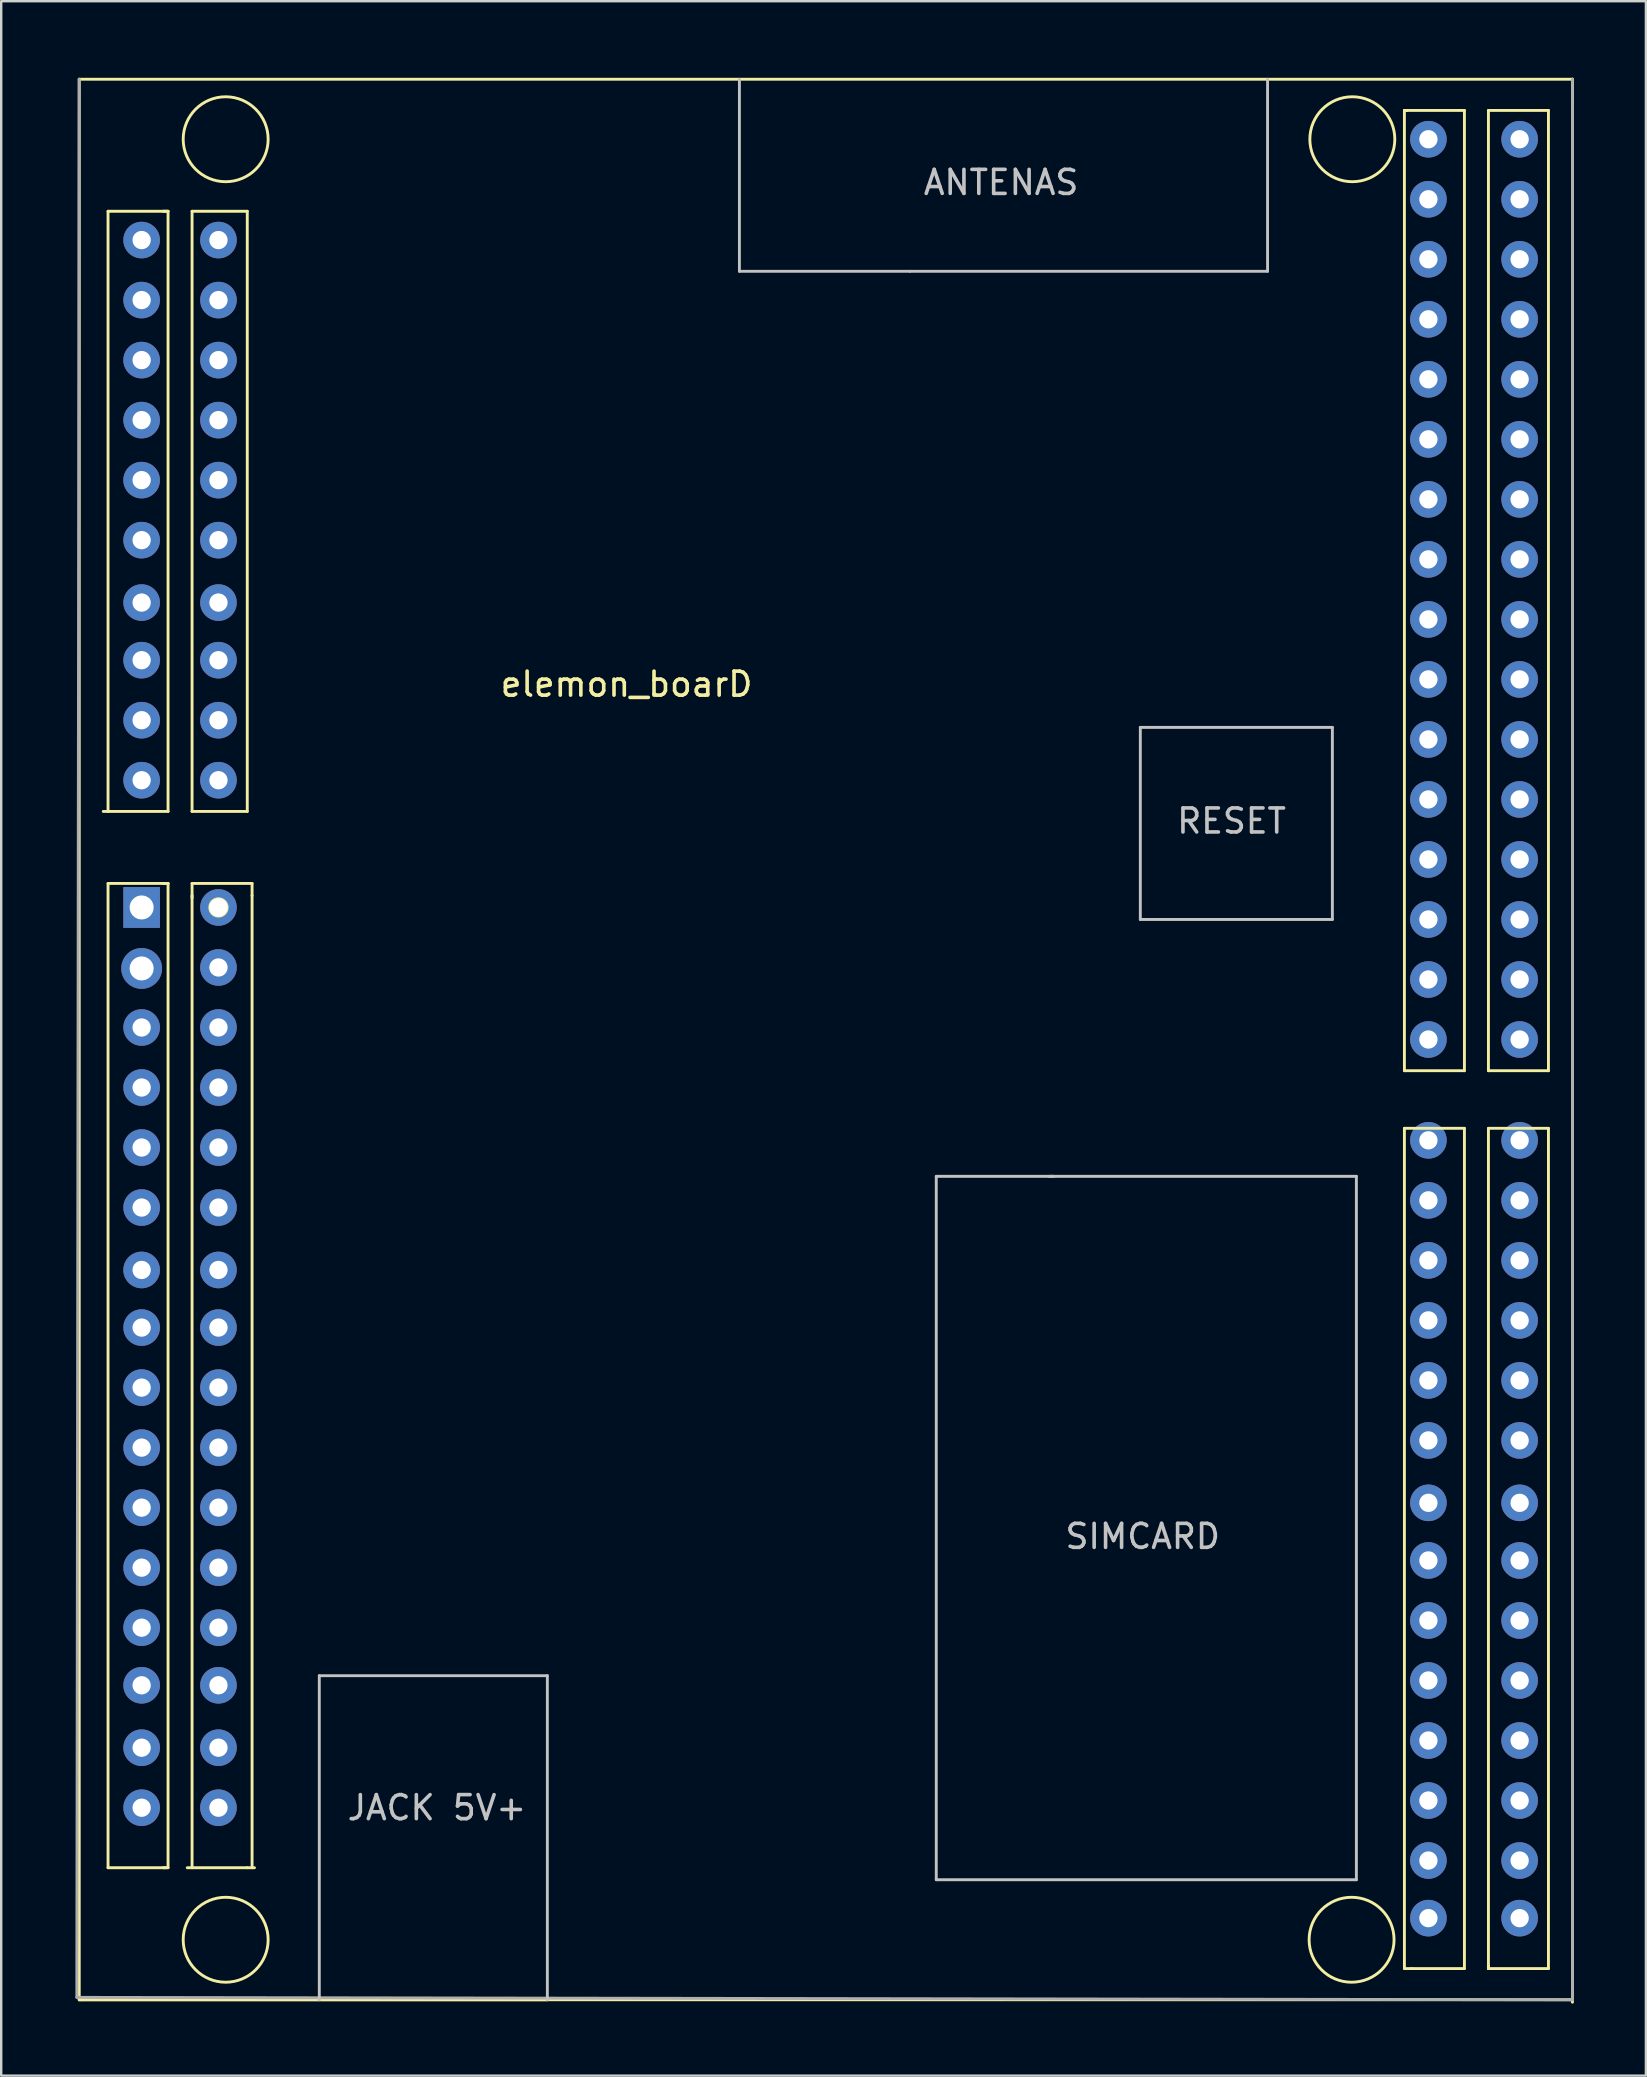
<source format=kicad_pcb>
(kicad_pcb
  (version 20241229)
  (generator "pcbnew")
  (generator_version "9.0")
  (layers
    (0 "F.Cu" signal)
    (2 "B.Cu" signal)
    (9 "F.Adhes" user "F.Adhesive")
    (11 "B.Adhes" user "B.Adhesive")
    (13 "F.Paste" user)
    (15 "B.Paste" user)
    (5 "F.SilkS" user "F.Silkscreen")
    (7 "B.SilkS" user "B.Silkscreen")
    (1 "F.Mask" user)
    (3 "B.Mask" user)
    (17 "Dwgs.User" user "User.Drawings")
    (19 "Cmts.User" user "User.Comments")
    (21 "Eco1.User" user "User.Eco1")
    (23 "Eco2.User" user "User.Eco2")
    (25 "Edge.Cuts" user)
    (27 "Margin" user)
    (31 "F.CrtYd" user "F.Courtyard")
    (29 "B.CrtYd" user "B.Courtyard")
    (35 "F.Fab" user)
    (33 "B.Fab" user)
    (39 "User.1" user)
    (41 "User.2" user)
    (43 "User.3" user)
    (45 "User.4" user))
  (footprint "elemon_boarD"
    (layer "F.Cu")
    (at 0.25 0.25)
    (property "Reference" "elemon_boarD" (at 22.8 25.2 0) (layer "F.SilkS") (effects (font (size 1 1) (thickness 0.15))))
    (attr through_hole)
    (fp_line (start 0 0) (end 62.2 0) (stroke (width 0.12) (type solid)) (layer "F.SilkS"))
    (fp_line (start 0 80) (end 0 0) (stroke (width 0.12) (type solid)) (layer "F.SilkS"))
    (fp_line (start 0 80) (end 19.5 80) (stroke (width 0.12) (type solid)) (layer "F.SilkS"))
    (fp_line (start 0.1 80) (end 0 80) (stroke (width 0.12) (type solid)) (layer "F.SilkS"))
    (fp_line (start 0.1 80) (end 62.1 80) (stroke (width 0.12) (type solid)) (layer "F.SilkS"))
    (fp_line (start 1.2 5.5) (end 3.7 5.5) (stroke (width 0.12) (type solid)) (layer "F.SilkS"))
    (fp_line (start 1.2 30.5) (end 1.2 5.5) (stroke (width 0.12) (type solid)) (layer "F.SilkS"))
    (fp_line (start 1.2 33.5) (end 1.2 74.5) (stroke (width 0.12) (type solid)) (layer "F.SilkS"))
    (fp_line (start 1.2 33.5) (end 3.7 33.5) (stroke (width 0.12) (type solid)) (layer "F.SilkS"))
    (fp_line (start 1.2 74.5) (end 3.6 74.5) (stroke (width 0.12) (type solid)) (layer "F.SilkS"))
    (fp_line (start 3.5 5.5) (end 3.7 5.5) (stroke (width 0.12) (type solid)) (layer "F.SilkS"))
    (fp_line (start 3.5 33.5) (end 3.7 33.5) (stroke (width 0.12) (type solid)) (layer "F.SilkS"))
    (fp_line (start 3.7 5.5) (end 3.7 30.5) (stroke (width 0.12) (type solid)) (layer "F.SilkS"))
    (fp_line (start 3.7 30.5) (end 1 30.5) (stroke (width 0.12) (type solid)) (layer "F.SilkS"))
    (fp_line (start 3.7 33.5) (end 3.7 74.5) (stroke (width 0.12) (type solid)) (layer "F.SilkS"))
    (fp_line (start 3.7 74.5) (end 3.5 74.5) (stroke (width 0.12) (type solid)) (layer "F.SilkS"))
    (fp_line (start 4.7 5.5) (end 7 5.5) (stroke (width 0.12) (type solid)) (layer "F.SilkS"))
    (fp_line (start 4.7 30.5) (end 4.7 5.5) (stroke (width 0.12) (type solid)) (layer "F.SilkS"))
    (fp_line (start 4.7 30.5) (end 7 30.5) (stroke (width 0.12) (type solid)) (layer "F.SilkS"))
    (fp_line (start 4.7 33.5) (end 4.7 34.1) (stroke (width 0.12) (type solid)) (layer "F.SilkS"))
    (fp_line (start 4.7 34) (end 4.7 74.5) (stroke (width 0.12) (type solid)) (layer "F.SilkS"))
    (fp_line (start 7 30.5) (end 7 5.5) (stroke (width 0.12) (type solid)) (layer "F.SilkS"))
    (fp_line (start 7 74.5) (end 4.5 74.5) (stroke (width 0.12) (type solid)) (layer "F.SilkS"))
    (fp_line (start 7.2 33.5) (end 4.7 33.5) (stroke (width 0.12) (type solid)) (layer "F.SilkS"))
    (fp_line (start 7.2 34) (end 7.2 33.5) (stroke (width 0.12) (type solid)) (layer "F.SilkS"))
    (fp_line (start 7.2 34) (end 7.2 74.5) (stroke (width 0.12) (type solid)) (layer "F.SilkS"))
    (fp_line (start 7.3 74.5) (end 7 74.5) (stroke (width 0.12) (type solid)) (layer "F.SilkS"))
    (fp_line (start 55.2 1.3) (end 55.3 1.3) (stroke (width 0.12) (type solid)) (layer "F.SilkS"))
    (fp_line (start 55.2 41.3) (end 55.2 1.3) (stroke (width 0.12) (type solid)) (layer "F.SilkS"))
    (fp_line (start 55.2 41.3) (end 57.7 41.3) (stroke (width 0.12) (type solid)) (layer "F.SilkS"))
    (fp_line (start 55.2 43.7) (end 55.2 78.7) (stroke (width 0.12) (type solid)) (layer "F.SilkS"))
    (fp_line (start 55.2 78.7) (end 55.5 78.7) (stroke (width 0.12) (type solid)) (layer "F.SilkS"))
    (fp_line (start 55.3 1.3) (end 55.2 1.3) (stroke (width 0.12) (type solid)) (layer "F.SilkS"))
    (fp_line (start 55.3 1.3) (end 57.7 1.3) (stroke (width 0.12) (type solid)) (layer "F.SilkS"))
    (fp_line (start 57.7 41.3) (end 57.7 1.3) (stroke (width 0.12) (type solid)) (layer "F.SilkS"))
    (fp_line (start 57.7 43.7) (end 55.2 43.7) (stroke (width 0.12) (type solid)) (layer "F.SilkS"))
    (fp_line (start 57.7 43.7) (end 57.7 78.7) (stroke (width 0.12) (type solid)) (layer "F.SilkS"))
    (fp_line (start 57.7 78.7) (end 55.5 78.7) (stroke (width 0.12) (type solid)) (layer "F.SilkS"))
    (fp_line (start 58.7 1.3) (end 61.2 1.3) (stroke (width 0.12) (type solid)) (layer "F.SilkS"))
    (fp_line (start 58.7 41.3) (end 58.7 1.3) (stroke (width 0.12) (type solid)) (layer "F.SilkS"))
    (fp_line (start 58.7 41.3) (end 61.2 41.3) (stroke (width 0.12) (type solid)) (layer "F.SilkS"))
    (fp_line (start 58.7 43.7) (end 61.2 43.7) (stroke (width 0.12) (type solid)) (layer "F.SilkS"))
    (fp_line (start 58.7 78.6) (end 58.7 78.7) (stroke (width 0.12) (type solid)) (layer "F.SilkS"))
    (fp_line (start 58.7 78.7) (end 58.7 43.7) (stroke (width 0.12) (type solid)) (layer "F.SilkS"))
    (fp_line (start 58.7 78.7) (end 58.7 78.6) (stroke (width 0.12) (type solid)) (layer "F.SilkS"))
    (fp_line (start 58.7 78.7) (end 61.2 78.7) (stroke (width 0.12) (type solid)) (layer "F.SilkS"))
    (fp_line (start 61.2 1.3) (end 61.2 41.3) (stroke (width 0.12) (type solid)) (layer "F.SilkS"))
    (fp_line (start 61.2 43.7) (end 61.2 78.7) (stroke (width 0.12) (type solid)) (layer "F.SilkS"))
    (fp_line (start 62.1 80) (end 62.2 80) (stroke (width 0.12) (type solid)) (layer "F.SilkS"))
    (fp_line (start 62.2 0) (end 62.2 1) (stroke (width 0.12) (type solid)) (layer "F.SilkS"))
    (fp_line (start 62.2 0) (end 62.2 80.1) (stroke (width 0.12) (type solid)) (layer "F.SilkS"))
    (fp_circle (center 2.6 6.7) (end 2.8 6.5) (stroke (width 0.12) (type solid)) (fill no) (layer "F.SilkS"))
    (fp_circle (center 2.6 34.5) (end 2.9 34.4) (stroke (width 0.12) (type solid)) (fill no) (layer "F.SilkS"))
    (fp_circle (center 5.8 6.7) (end 6 6.5) (stroke (width 0.12) (type solid)) (fill no) (layer "F.SilkS"))
    (fp_circle (center 5.8 34.5) (end 6 34.2) (stroke (width 0.12) (type solid)) (fill no) (layer "F.SilkS"))
    (fp_circle (center 6.1 2.5) (end 7.4 3.7) (stroke (width 0.12) (type solid)) (fill no) (layer "F.SilkS"))
    (fp_circle (center 6.1 77.5) (end 7.4 78.7) (stroke (width 0.12) (type solid)) (fill no) (layer "F.SilkS"))
    (fp_circle (center 53 77.5) (end 54.3 78.7) (stroke (width 0.12) (type solid)) (fill no) (layer "F.SilkS"))
    (fp_circle (center 53.031 2.5) (end 54.331 3.7) (stroke (width 0.12) (type solid)) (fill no) (layer "F.SilkS"))
    (fp_circle (center 56.2 2.5) (end 56.4 2.3) (stroke (width 0.12) (type solid)) (fill no) (layer "F.SilkS"))
    (fp_circle (center 56.2 44.2) (end 56.483 44.2) (stroke (width 0.12) (type solid)) (fill no) (layer "F.SilkS"))
    (fp_circle (center 60 2.5) (end 60.2 2.3) (stroke (width 0.12) (type solid)) (fill no) (layer "F.SilkS"))
    (fp_circle (center 60 44.2) (end 60.283 44.2) (stroke (width 0.12) (type solid)) (fill no) (layer "F.SilkS"))
    (fp_line (start 10 66.5) (end 10 80) (stroke (width 0.12) (type solid)) (layer "Dwgs.User"))
    (fp_line (start 19.5 66.5) (end 10 66.5) (stroke (width 0.12) (type solid)) (layer "Dwgs.User"))
    (fp_line (start 19.5 80) (end 19.5 66.5) (stroke (width 0.12) (type solid)) (layer "Dwgs.User"))
    (fp_line (start 27.5 0) (end 27.5 8) (stroke (width 0.12) (type solid)) (layer "Dwgs.User"))
    (fp_line (start 27.5 8) (end 34.6 8) (stroke (width 0.12) (type solid)) (layer "Dwgs.User"))
    (fp_line (start 35.7 45.7) (end 40.6 45.7) (stroke (width 0.12) (type solid)) (layer "Dwgs.User"))
    (fp_line (start 35.7 75) (end 35.7 45.7) (stroke (width 0.12) (type solid)) (layer "Dwgs.User"))
    (fp_line (start 35.7 75) (end 53.2 75) (stroke (width 0.12) (type solid)) (layer "Dwgs.User"))
    (fp_line (start 44.2 27) (end 44.2 35) (stroke (width 0.12) (type solid)) (layer "Dwgs.User"))
    (fp_line (start 44.2 35) (end 52.2 35) (stroke (width 0.12) (type solid)) (layer "Dwgs.User"))
    (fp_line (start 49.5 0) (end 49.5 8) (stroke (width 0.12) (type solid)) (layer "Dwgs.User"))
    (fp_line (start 49.5 8) (end 34.6 8) (stroke (width 0.12) (type solid)) (layer "Dwgs.User"))
    (fp_line (start 52.2 27) (end 44.2 27) (stroke (width 0.12) (type solid)) (layer "Dwgs.User"))
    (fp_line (start 52.2 27) (end 52.2 35) (stroke (width 0.12) (type solid)) (layer "Dwgs.User"))
    (fp_line (start 53.2 45.7) (end 40.4 45.7) (stroke (width 0.12) (type solid)) (layer "Dwgs.User"))
    (fp_line (start 53.2 75) (end 53.2 45.7) (stroke (width 0.12) (type solid)) (layer "Dwgs.User"))
    (fp_line (start -0.1 79.9) (end 0 0) (stroke (width 0.12) (type solid)) (layer "F.Fab"))
    (fp_line (start 62.2 0) (end 62.2 80) (stroke (width 0.12) (type solid)) (layer "F.Fab"))
    (fp_line (start 62.2 80) (end -0.1 79.9) (stroke (width 0.12) (type solid)) (layer "F.Fab"))
    (fp_text user "JACK 5V+" (at 14.9 72 0) (layer "Dwgs.User") (effects (font (size 1 1) (thickness 0.15))))
    (fp_text user "RESET" (at 48 30.9 0) (layer "Dwgs.User") (effects (font (size 1 1) (thickness 0.15))))
    (fp_text user "SIMCARD" (at 44.3 60.7 0) (layer "Dwgs.User") (effects (font (size 1 1) (thickness 0.15))))
    (fp_text user "ANTENAS" (at 38.4 4.3 0) (layer "Dwgs.User") (effects (font (size 1 1) (thickness 0.15))))
    (pad "1" thru_hole circle (at 2.6 6.7) (size 1.524 1.524) (drill 0.762) (layers "*.Cu" "*.Mask"))
    (pad "1" thru_hole circle (at 2.6 9.2) (size 1.524 1.524) (drill 0.762) (layers "*.Cu" "*.Mask"))
    (pad "1" thru_hole circle (at 2.6 11.7) (size 1.524 1.524) (drill 0.762) (layers "*.Cu" "*.Mask"))
    (pad "1" thru_hole circle (at 2.6 14.2) (size 1.524 1.524) (drill 0.762) (layers "*.Cu" "*.Mask"))
    (pad "1" thru_hole circle (at 2.6 16.7) (size 1.524 1.524) (drill 0.762) (layers "*.Cu" "*.Mask"))
    (pad "1" thru_hole circle (at 2.6 19.2) (size 1.524 1.524) (drill 0.762) (layers "*.Cu" "*.Mask"))
    (pad "1" thru_hole circle (at 2.6 21.8) (size 1.524 1.524) (drill 0.762) (layers "*.Cu" "*.Mask"))
    (pad "1" thru_hole circle (at 2.6 24.2) (size 1.524 1.524) (drill 0.762) (layers "*.Cu" "*.Mask"))
    (pad "1" thru_hole circle (at 2.6 26.7) (size 1.524 1.524) (drill 0.762) (layers "*.Cu" "*.Mask"))
    (pad "1" thru_hole circle (at 2.6 29.2) (size 1.524 1.524) (drill 0.762) (layers "*.Cu" "*.Mask"))
    (pad "1" thru_hole rect (at 2.6 34.5) (size 1.524 1.7) (drill 1) (layers "*.Cu" "*.Mask"))
    (pad "1" thru_hole circle (at 2.6 37.04) (size 1.7 1.7) (drill 1) (layers "*.Cu" "*.Mask"))
    (pad "1" thru_hole circle (at 2.6 39.5) (size 1.524 1.524) (drill 0.762) (layers "*.Cu" "*.Mask"))
    (pad "1" thru_hole circle (at 2.6 42) (size 1.524 1.524) (drill 0.762) (layers "*.Cu" "*.Mask"))
    (pad "1" thru_hole circle (at 2.6 44.5) (size 1.524 1.524) (drill 0.762) (layers "*.Cu" "*.Mask"))
    (pad "1" thru_hole circle (at 2.6 47) (size 1.524 1.524) (drill 0.762) (layers "*.Cu" "*.Mask"))
    (pad "1" thru_hole circle (at 2.6 49.6) (size 1.524 1.524) (drill 0.762) (layers "*.Cu" "*.Mask"))
    (pad "1" thru_hole circle (at 2.6 52) (size 1.524 1.524) (drill 0.762) (layers "*.Cu" "*.Mask"))
    (pad "1" thru_hole circle (at 2.6 54.5) (size 1.524 1.524) (drill 0.762) (layers "*.Cu" "*.Mask"))
    (pad "1" thru_hole circle (at 2.6 57) (size 1.524 1.524) (drill 0.762) (layers "*.Cu" "*.Mask"))
    (pad "1" thru_hole circle (at 2.6 59.5) (size 1.524 1.524) (drill 0.762) (layers "*.Cu" "*.Mask"))
    (pad "1" thru_hole circle (at 2.6 62) (size 1.524 1.524) (drill 0.762) (layers "*.Cu" "*.Mask"))
    (pad "1" thru_hole circle (at 2.6 64.5) (size 1.524 1.524) (drill 0.762) (layers "*.Cu" "*.Mask"))
    (pad "1" thru_hole circle (at 2.6 66.9) (size 1.524 1.524) (drill 0.762) (layers "*.Cu" "*.Mask"))
    (pad "1" thru_hole circle (at 2.6 69.5) (size 1.524 1.524) (drill 0.762) (layers "*.Cu" "*.Mask"))
    (pad "1" thru_hole circle (at 2.6 72) (size 1.524 1.524) (drill 0.762) (layers "*.Cu" "*.Mask"))
    (pad "1" thru_hole circle (at 5.8 6.7) (size 1.524 1.524) (drill 0.762) (layers "*.Cu" "*.Mask"))
    (pad "1" thru_hole circle (at 5.8 9.2) (size 1.524 1.524) (drill 0.762) (layers "*.Cu" "*.Mask"))
    (pad "1" thru_hole circle (at 5.8 11.7) (size 1.524 1.524) (drill 0.762) (layers "*.Cu" "*.Mask"))
    (pad "1" thru_hole circle (at 5.8 14.2) (size 1.524 1.524) (drill 0.762) (layers "*.Cu" "*.Mask"))
    (pad "1" thru_hole circle (at 5.8 16.7) (size 1.524 1.524) (drill 0.762) (layers "*.Cu" "*.Mask"))
    (pad "1" thru_hole circle (at 5.8 19.2) (size 1.524 1.524) (drill 0.762) (layers "*.Cu" "*.Mask"))
    (pad "1" thru_hole circle (at 5.8 21.8) (size 1.524 1.524) (drill 0.762) (layers "*.Cu" "*.Mask"))
    (pad "1" thru_hole circle (at 5.8 24.2) (size 1.524 1.524) (drill 0.762) (layers "*.Cu" "*.Mask"))
    (pad "1" thru_hole circle (at 5.8 26.7) (size 1.524 1.524) (drill 0.762) (layers "*.Cu" "*.Mask"))
    (pad "1" thru_hole circle (at 5.8 29.2) (size 1.524 1.524) (drill 0.762) (layers "*.Cu" "*.Mask"))
    (pad "1" thru_hole circle (at 5.8 34.5) (size 1.524 1.524) (drill 0.762) (layers "*.Cu" "*.Mask"))
    (pad "1" thru_hole circle (at 5.8 37) (size 1.524 1.524) (drill 0.762) (layers "*.Cu" "*.Mask"))
    (pad "1" thru_hole circle (at 5.8 39.5) (size 1.524 1.524) (drill 0.762) (layers "*.Cu" "*.Mask"))
    (pad "1" thru_hole circle (at 5.8 42) (size 1.524 1.524) (drill 0.762) (layers "*.Cu" "*.Mask"))
    (pad "1" thru_hole circle (at 5.8 44.5) (size 1.524 1.524) (drill 0.762) (layers "*.Cu" "*.Mask"))
    (pad "1" thru_hole circle (at 5.8 47) (size 1.524 1.524) (drill 0.762) (layers "*.Cu" "*.Mask"))
    (pad "1" thru_hole circle (at 5.8 49.6) (size 1.524 1.524) (drill 0.762) (layers "*.Cu" "*.Mask"))
    (pad "1" thru_hole circle (at 5.8 52) (size 1.524 1.524) (drill 0.762) (layers "*.Cu" "*.Mask"))
    (pad "1" thru_hole circle (at 5.8 54.5) (size 1.524 1.524) (drill 0.762) (layers "*.Cu" "*.Mask"))
    (pad "1" thru_hole circle (at 5.8 57) (size 1.524 1.524) (drill 0.762) (layers "*.Cu" "*.Mask"))
    (pad "1" thru_hole circle (at 5.8 59.5) (size 1.524 1.524) (drill 0.762) (layers "*.Cu" "*.Mask"))
    (pad "1" thru_hole circle (at 5.8 62) (size 1.524 1.524) (drill 0.762) (layers "*.Cu" "*.Mask"))
    (pad "1" thru_hole circle (at 5.8 64.5) (size 1.524 1.524) (drill 0.762) (layers "*.Cu" "*.Mask"))
    (pad "1" thru_hole circle (at 5.8 66.9) (size 1.524 1.524) (drill 0.762) (layers "*.Cu" "*.Mask"))
    (pad "1" thru_hole circle (at 5.8 69.5) (size 1.524 1.524) (drill 0.762) (layers "*.Cu" "*.Mask"))
    (pad "1" thru_hole circle (at 5.8 72) (size 1.524 1.524) (drill 0.762) (layers "*.Cu" "*.Mask"))
    (pad "1" thru_hole circle (at 56.2 2.5) (size 1.524 1.524) (drill 0.762) (layers "*.Cu" "*.Mask"))
    (pad "1" thru_hole circle (at 56.2 5) (size 1.524 1.524) (drill 0.762) (layers "*.Cu" "*.Mask"))
    (pad "1" thru_hole circle (at 56.2 7.5) (size 1.524 1.524) (drill 0.762) (layers "*.Cu" "*.Mask"))
    (pad "1" thru_hole circle (at 56.2 10) (size 1.524 1.524) (drill 0.762) (layers "*.Cu" "*.Mask"))
    (pad "1" thru_hole circle (at 56.2 12.5) (size 1.524 1.524) (drill 0.762) (layers "*.Cu" "*.Mask"))
    (pad "1" thru_hole circle (at 56.2 15) (size 1.524 1.524) (drill 0.762) (layers "*.Cu" "*.Mask"))
    (pad "1" thru_hole circle (at 56.2 17.5) (size 1.524 1.524) (drill 0.762) (layers "*.Cu" "*.Mask"))
    (pad "1" thru_hole circle (at 56.2 20) (size 1.524 1.524) (drill 0.762) (layers "*.Cu" "*.Mask"))
    (pad "1" thru_hole circle (at 56.2 22.5) (size 1.524 1.524) (drill 0.762) (layers "*.Cu" "*.Mask"))
    (pad "1" thru_hole circle (at 56.2 25) (size 1.524 1.524) (drill 0.762) (layers "*.Cu" "*.Mask"))
    (pad "1" thru_hole circle (at 56.2 27.5) (size 1.524 1.524) (drill 0.762) (layers "*.Cu" "*.Mask"))
    (pad "1" thru_hole circle (at 56.2 30) (size 1.524 1.524) (drill 0.762) (layers "*.Cu" "*.Mask"))
    (pad "1" thru_hole circle (at 56.2 32.5) (size 1.524 1.524) (drill 0.762) (layers "*.Cu" "*.Mask"))
    (pad "1" thru_hole circle (at 56.2 35) (size 1.524 1.524) (drill 0.762) (layers "*.Cu" "*.Mask"))
    (pad "1" thru_hole circle (at 56.2 37.5) (size 1.524 1.524) (drill 0.762) (layers "*.Cu" "*.Mask"))
    (pad "1" thru_hole circle (at 56.2 40) (size 1.524 1.524) (drill 0.762) (layers "*.Cu" "*.Mask"))
    (pad "1" thru_hole circle (at 56.2 44.2) (size 1.524 1.524) (drill 0.762) (layers "*.Cu" "*.Mask"))
    (pad "1" thru_hole circle (at 56.2 46.7) (size 1.524 1.524) (drill 0.762) (layers "*.Cu" "*.Mask"))
    (pad "1" thru_hole circle (at 56.2 49.2) (size 1.524 1.524) (drill 0.762) (layers "*.Cu" "*.Mask"))
    (pad "1" thru_hole circle (at 56.2 51.7) (size 1.524 1.524) (drill 0.762) (layers "*.Cu" "*.Mask"))
    (pad "1" thru_hole circle (at 56.2 54.2) (size 1.524 1.524) (drill 0.762) (layers "*.Cu" "*.Mask"))
    (pad "1" thru_hole circle (at 56.2 56.7) (size 1.524 1.524) (drill 0.762) (layers "*.Cu" "*.Mask"))
    (pad "1" thru_hole circle (at 56.2 59.3) (size 1.524 1.524) (drill 0.762) (layers "*.Cu" "*.Mask"))
    (pad "1" thru_hole circle (at 56.2 61.7) (size 1.524 1.524) (drill 0.762) (layers "*.Cu" "*.Mask"))
    (pad "1" thru_hole circle (at 56.2 64.2) (size 1.524 1.524) (drill 0.762) (layers "*.Cu" "*.Mask"))
    (pad "1" thru_hole circle (at 56.2 66.7) (size 1.524 1.524) (drill 0.762) (layers "*.Cu" "*.Mask"))
    (pad "1" thru_hole circle (at 56.2 69.2) (size 1.524 1.524) (drill 0.762) (layers "*.Cu" "*.Mask"))
    (pad "1" thru_hole circle (at 56.2 71.7) (size 1.524 1.524) (drill 0.762) (layers "*.Cu" "*.Mask"))
    (pad "1" thru_hole circle (at 56.2 74.2) (size 1.524 1.524) (drill 0.762) (layers "*.Cu" "*.Mask"))
    (pad "1" thru_hole circle (at 56.2 76.6) (size 1.524 1.524) (drill 0.762) (layers "*.Cu" "*.Mask"))
    (pad "1" thru_hole circle (at 60 2.5) (size 1.524 1.524) (drill 0.762) (layers "*.Cu" "*.Mask"))
    (pad "1" thru_hole circle (at 60 5) (size 1.524 1.524) (drill 0.762) (layers "*.Cu" "*.Mask"))
    (pad "1" thru_hole circle (at 60 7.5) (size 1.524 1.524) (drill 0.762) (layers "*.Cu" "*.Mask"))
    (pad "1" thru_hole circle (at 60 10) (size 1.524 1.524) (drill 0.762) (layers "*.Cu" "*.Mask"))
    (pad "1" thru_hole circle (at 60 12.5) (size 1.524 1.524) (drill 0.762) (layers "*.Cu" "*.Mask"))
    (pad "1" thru_hole circle (at 60 15) (size 1.524 1.524) (drill 0.762) (layers "*.Cu" "*.Mask"))
    (pad "1" thru_hole circle (at 60 17.5) (size 1.524 1.524) (drill 0.762) (layers "*.Cu" "*.Mask"))
    (pad "1" thru_hole circle (at 60 20) (size 1.524 1.524) (drill 0.762) (layers "*.Cu" "*.Mask"))
    (pad "1" thru_hole circle (at 60 22.5) (size 1.524 1.524) (drill 0.762) (layers "*.Cu" "*.Mask"))
    (pad "1" thru_hole circle (at 60 25) (size 1.524 1.524) (drill 0.762) (layers "*.Cu" "*.Mask"))
    (pad "1" thru_hole circle (at 60 27.5) (size 1.524 1.524) (drill 0.762) (layers "*.Cu" "*.Mask"))
    (pad "1" thru_hole circle (at 60 30) (size 1.524 1.524) (drill 0.762) (layers "*.Cu" "*.Mask"))
    (pad "1" thru_hole circle (at 60 32.5) (size 1.524 1.524) (drill 0.762) (layers "*.Cu" "*.Mask"))
    (pad "1" thru_hole circle (at 60 35) (size 1.524 1.524) (drill 0.762) (layers "*.Cu" "*.Mask"))
    (pad "1" thru_hole circle (at 60 37.5) (size 1.524 1.524) (drill 0.762) (layers "*.Cu" "*.Mask"))
    (pad "1" thru_hole circle (at 60 40) (size 1.524 1.524) (drill 0.762) (layers "*.Cu" "*.Mask"))
    (pad "1" thru_hole circle (at 60 44.2) (size 1.524 1.524) (drill 0.762) (layers "*.Cu" "*.Mask"))
    (pad "1" thru_hole circle (at 60 46.7) (size 1.524 1.524) (drill 0.762) (layers "*.Cu" "*.Mask"))
    (pad "1" thru_hole circle (at 60 49.2) (size 1.524 1.524) (drill 0.762) (layers "*.Cu" "*.Mask"))
    (pad "1" thru_hole circle (at 60 51.7) (size 1.524 1.524) (drill 0.762) (layers "*.Cu" "*.Mask"))
    (pad "1" thru_hole circle (at 60 54.2) (size 1.524 1.524) (drill 0.762) (layers "*.Cu" "*.Mask"))
    (pad "1" thru_hole circle (at 60 56.7) (size 1.524 1.524) (drill 0.762) (layers "*.Cu" "*.Mask"))
    (pad "1" thru_hole circle (at 60 59.3) (size 1.524 1.524) (drill 0.762) (layers "*.Cu" "*.Mask"))
    (pad "1" thru_hole circle (at 60 61.7) (size 1.524 1.524) (drill 0.762) (layers "*.Cu" "*.Mask"))
    (pad "1" thru_hole circle (at 60 64.2) (size 1.524 1.524) (drill 0.762) (layers "*.Cu" "*.Mask"))
    (pad "1" thru_hole circle (at 60 66.7) (size 1.524 1.524) (drill 0.762) (layers "*.Cu" "*.Mask"))
    (pad "1" thru_hole circle (at 60 69.2) (size 1.524 1.524) (drill 0.762) (layers "*.Cu" "*.Mask"))
    (pad "1" thru_hole circle (at 60 71.7) (size 1.524 1.524) (drill 0.762) (layers "*.Cu" "*.Mask"))
    (pad "1" thru_hole circle (at 60 74.2) (size 1.524 1.524) (drill 0.762) (layers "*.Cu" "*.Mask"))
    (pad "1" thru_hole circle (at 60 76.6) (size 1.524 1.524) (drill 0.762) (layers "*.Cu" "*.Mask")))
  (gr_rect
    (start -3 -3)
    (end 65.51 83.41)
    (stroke (width 0.1) (type default))
    (fill no)
    (layer "Edge.Cuts")))
</source>
